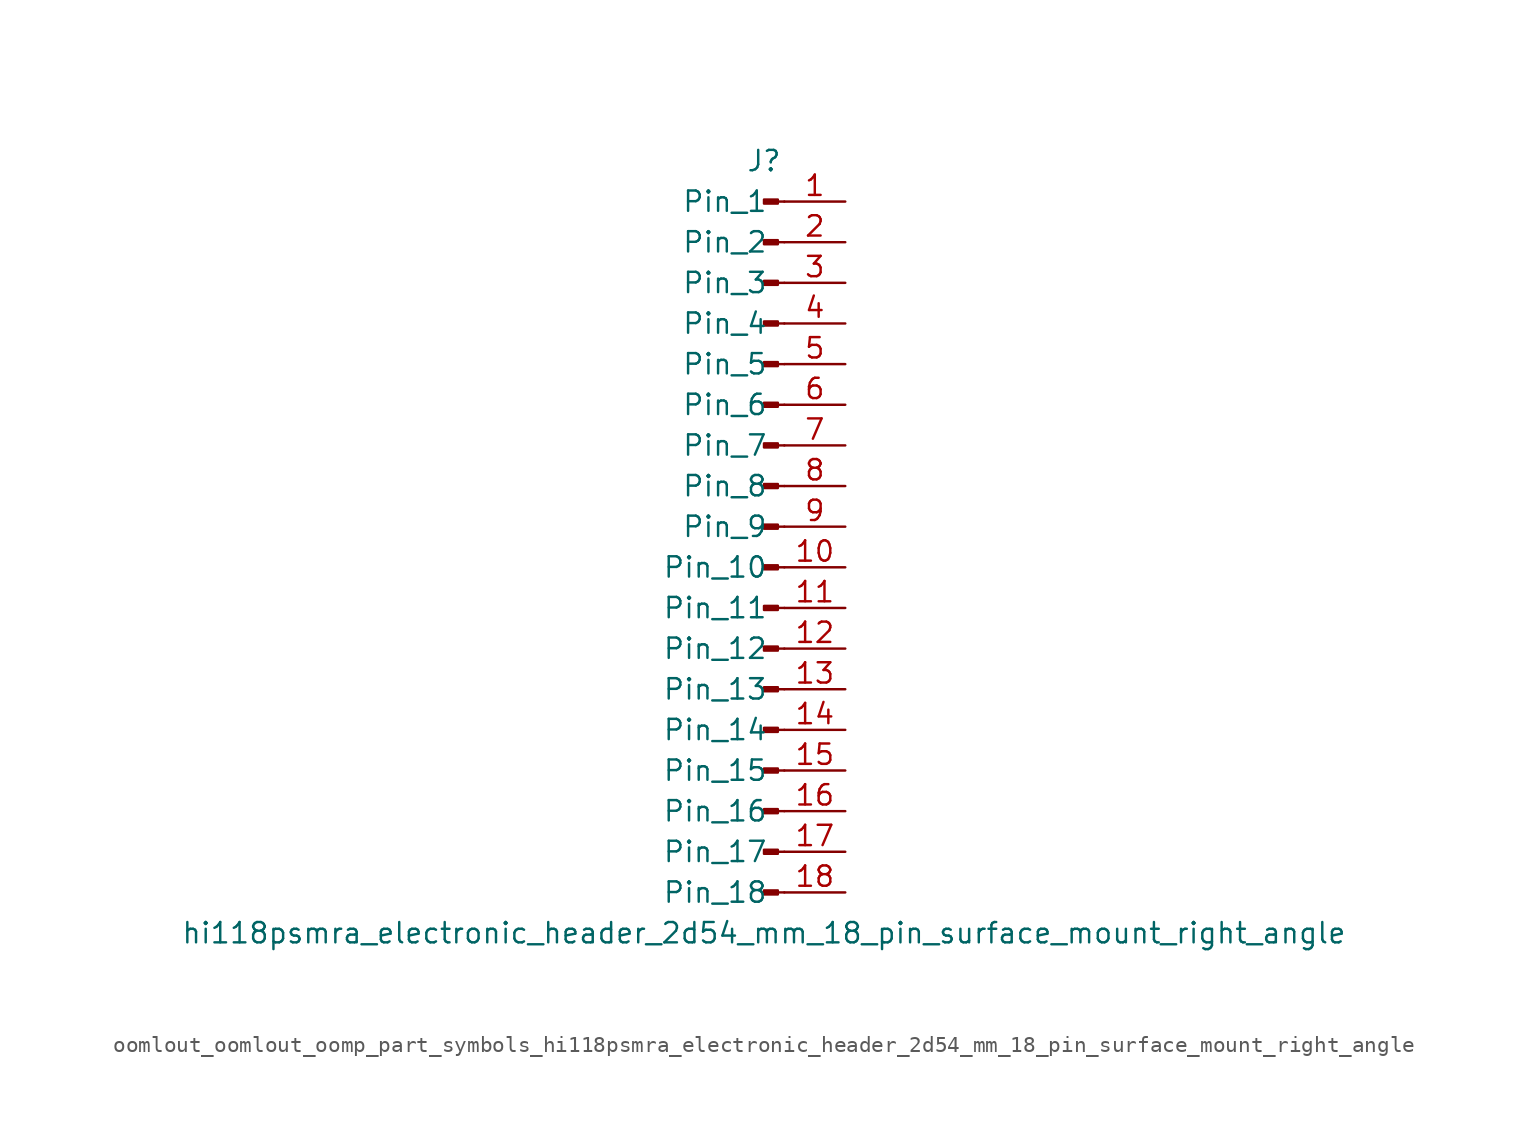
<source format=kicad_sym>
(kicad_symbol_lib
  (version 20220914)
  (generator kicad_symbol_editor)
  (symbol "oomlout_oomlout_oomp_part_symbols_hi118psmra_electronic_header_2d54_mm_18_pin_surface_mount_right_angle"
    (pin_names
      (offset 1.016))
    (property "Reference" "J"
      (at 0 22.86 0)
      (effects (font (size 1.27 1.27))))
    (property "Value" "hi118psmra_electronic_header_2d54_mm_18_pin_surface_mount_right_angle"
      (at 0 -25.4 0)
      (effects (font (size 1.27 1.27))))
    (property "ki_locked" ""
      (at 0 0 0)
      (effects (font (size 1.27 1.27))))
    (symbol "oomlout_oomlout_oomp_part_symbols_hi118psmra_electronic_header_2d54_mm_18_pin_surface_mount_right_angle_1_1"
      (polyline (pts (xy 1.27 -22.86) (xy 0.864 -22.86)) (stroke (width 0.152) (type default)) (fill (type none)))
      (polyline (pts (xy 1.27 -20.32) (xy 0.864 -20.32)) (stroke (width 0.152) (type default)) (fill (type none)))
      (polyline (pts (xy 1.27 -17.78) (xy 0.864 -17.78)) (stroke (width 0.152) (type default)) (fill (type none)))
      (polyline (pts (xy 1.27 -15.24) (xy 0.864 -15.24)) (stroke (width 0.152) (type default)) (fill (type none)))
      (polyline (pts (xy 1.27 -12.7) (xy 0.864 -12.7)) (stroke (width 0.152) (type default)) (fill (type none)))
      (polyline (pts (xy 1.27 -10.16) (xy 0.864 -10.16)) (stroke (width 0.152) (type default)) (fill (type none)))
      (polyline (pts (xy 1.27 -7.62) (xy 0.864 -7.62)) (stroke (width 0.152) (type default)) (fill (type none)))
      (polyline (pts (xy 1.27 -5.08) (xy 0.864 -5.08)) (stroke (width 0.152) (type default)) (fill (type none)))
      (polyline (pts (xy 1.27 -2.54) (xy 0.864 -2.54)) (stroke (width 0.152) (type default)) (fill (type none)))
      (polyline (pts (xy 1.27 0) (xy 0.864 0)) (stroke (width 0.152) (type default)) (fill (type none)))
      (polyline (pts (xy 1.27 2.54) (xy 0.864 2.54)) (stroke (width 0.152) (type default)) (fill (type none)))
      (polyline (pts (xy 1.27 5.08) (xy 0.864 5.08)) (stroke (width 0.152) (type default)) (fill (type none)))
      (polyline (pts (xy 1.27 7.62) (xy 0.864 7.62)) (stroke (width 0.152) (type default)) (fill (type none)))
      (polyline (pts (xy 1.27 10.16) (xy 0.864 10.16)) (stroke (width 0.152) (type default)) (fill (type none)))
      (polyline (pts (xy 1.27 12.7) (xy 0.864 12.7)) (stroke (width 0.152) (type default)) (fill (type none)))
      (polyline (pts (xy 1.27 15.24) (xy 0.864 15.24)) (stroke (width 0.152) (type default)) (fill (type none)))
      (polyline (pts (xy 1.27 17.78) (xy 0.864 17.78)) (stroke (width 0.152) (type default)) (fill (type none)))
      (polyline (pts (xy 1.27 20.32) (xy 0.864 20.32)) (stroke (width 0.152) (type default)) (fill (type none)))
      (rectangle (start 0.864 -22.733) (end 0 -22.987) (stroke (width 0.152) (type default)) (fill (type outline)))
      (rectangle (start 0.864 -20.193) (end 0 -20.447) (stroke (width 0.152) (type default)) (fill (type outline)))
      (rectangle (start 0.864 -17.653) (end 0 -17.907) (stroke (width 0.152) (type default)) (fill (type outline)))
      (rectangle (start 0.864 -15.113) (end 0 -15.367) (stroke (width 0.152) (type default)) (fill (type outline)))
      (rectangle (start 0.864 -12.573) (end 0 -12.827) (stroke (width 0.152) (type default)) (fill (type outline)))
      (rectangle (start 0.864 -10.033) (end 0 -10.287) (stroke (width 0.152) (type default)) (fill (type outline)))
      (rectangle (start 0.864 -7.493) (end 0 -7.747) (stroke (width 0.152) (type default)) (fill (type outline)))
      (rectangle (start 0.864 -4.953) (end 0 -5.207) (stroke (width 0.152) (type default)) (fill (type outline)))
      (rectangle (start 0.864 -2.413) (end 0 -2.667) (stroke (width 0.152) (type default)) (fill (type outline)))
      (rectangle (start 0.864 0.127) (end 0 -0.127) (stroke (width 0.152) (type default)) (fill (type outline)))
      (rectangle (start 0.864 2.667) (end 0 2.413) (stroke (width 0.152) (type default)) (fill (type outline)))
      (rectangle (start 0.864 5.207) (end 0 4.953) (stroke (width 0.152) (type default)) (fill (type outline)))
      (rectangle (start 0.864 7.747) (end 0 7.493) (stroke (width 0.152) (type default)) (fill (type outline)))
      (rectangle (start 0.864 10.287) (end 0 10.033) (stroke (width 0.152) (type default)) (fill (type outline)))
      (rectangle (start 0.864 12.827) (end 0 12.573) (stroke (width 0.152) (type default)) (fill (type outline)))
      (rectangle (start 0.864 15.367) (end 0 15.113) (stroke (width 0.152) (type default)) (fill (type outline)))
      (rectangle (start 0.864 17.907) (end 0 17.653) (stroke (width 0.152) (type default)) (fill (type outline)))
      (rectangle (start 0.864 20.447) (end 0 20.193) (stroke (width 0.152) (type default)) (fill (type outline)))
      (pin passive line (at 5.08 20.32 180) (length 3.81) (name "Pin_1" (effects (font (size 1.27 1.27)))) (number "1" (effects (font (size 1.27 1.27)))))
      (pin passive line (at 5.08 -2.54 180) (length 3.81) (name "Pin_10" (effects (font (size 1.27 1.27)))) (number "10" (effects (font (size 1.27 1.27)))))
      (pin passive line (at 5.08 -5.08 180) (length 3.81) (name "Pin_11" (effects (font (size 1.27 1.27)))) (number "11" (effects (font (size 1.27 1.27)))))
      (pin passive line (at 5.08 -7.62 180) (length 3.81) (name "Pin_12" (effects (font (size 1.27 1.27)))) (number "12" (effects (font (size 1.27 1.27)))))
      (pin passive line (at 5.08 -10.16 180) (length 3.81) (name "Pin_13" (effects (font (size 1.27 1.27)))) (number "13" (effects (font (size 1.27 1.27)))))
      (pin passive line (at 5.08 -12.7 180) (length 3.81) (name "Pin_14" (effects (font (size 1.27 1.27)))) (number "14" (effects (font (size 1.27 1.27)))))
      (pin passive line (at 5.08 -15.24 180) (length 3.81) (name "Pin_15" (effects (font (size 1.27 1.27)))) (number "15" (effects (font (size 1.27 1.27)))))
      (pin passive line (at 5.08 -17.78 180) (length 3.81) (name "Pin_16" (effects (font (size 1.27 1.27)))) (number "16" (effects (font (size 1.27 1.27)))))
      (pin passive line (at 5.08 -20.32 180) (length 3.81) (name "Pin_17" (effects (font (size 1.27 1.27)))) (number "17" (effects (font (size 1.27 1.27)))))
      (pin passive line (at 5.08 -22.86 180) (length 3.81) (name "Pin_18" (effects (font (size 1.27 1.27)))) (number "18" (effects (font (size 1.27 1.27)))))
      (pin passive line (at 5.08 17.78 180) (length 3.81) (name "Pin_2" (effects (font (size 1.27 1.27)))) (number "2" (effects (font (size 1.27 1.27)))))
      (pin passive line (at 5.08 15.24 180) (length 3.81) (name "Pin_3" (effects (font (size 1.27 1.27)))) (number "3" (effects (font (size 1.27 1.27)))))
      (pin passive line (at 5.08 12.7 180) (length 3.81) (name "Pin_4" (effects (font (size 1.27 1.27)))) (number "4" (effects (font (size 1.27 1.27)))))
      (pin passive line (at 5.08 10.16 180) (length 3.81) (name "Pin_5" (effects (font (size 1.27 1.27)))) (number "5" (effects (font (size 1.27 1.27)))))
      (pin passive line (at 5.08 7.62 180) (length 3.81) (name "Pin_6" (effects (font (size 1.27 1.27)))) (number "6" (effects (font (size 1.27 1.27)))))
      (pin passive line (at 5.08 5.08 180) (length 3.81) (name "Pin_7" (effects (font (size 1.27 1.27)))) (number "7" (effects (font (size 1.27 1.27)))))
      (pin passive line (at 5.08 2.54 180) (length 3.81) (name "Pin_8" (effects (font (size 1.27 1.27)))) (number "8" (effects (font (size 1.27 1.27)))))
      (pin passive line (at 5.08 0 180) (length 3.81) (name "Pin_9" (effects (font (size 1.27 1.27)))) (number "9" (effects (font (size 1.27 1.27))))))))
</source>
